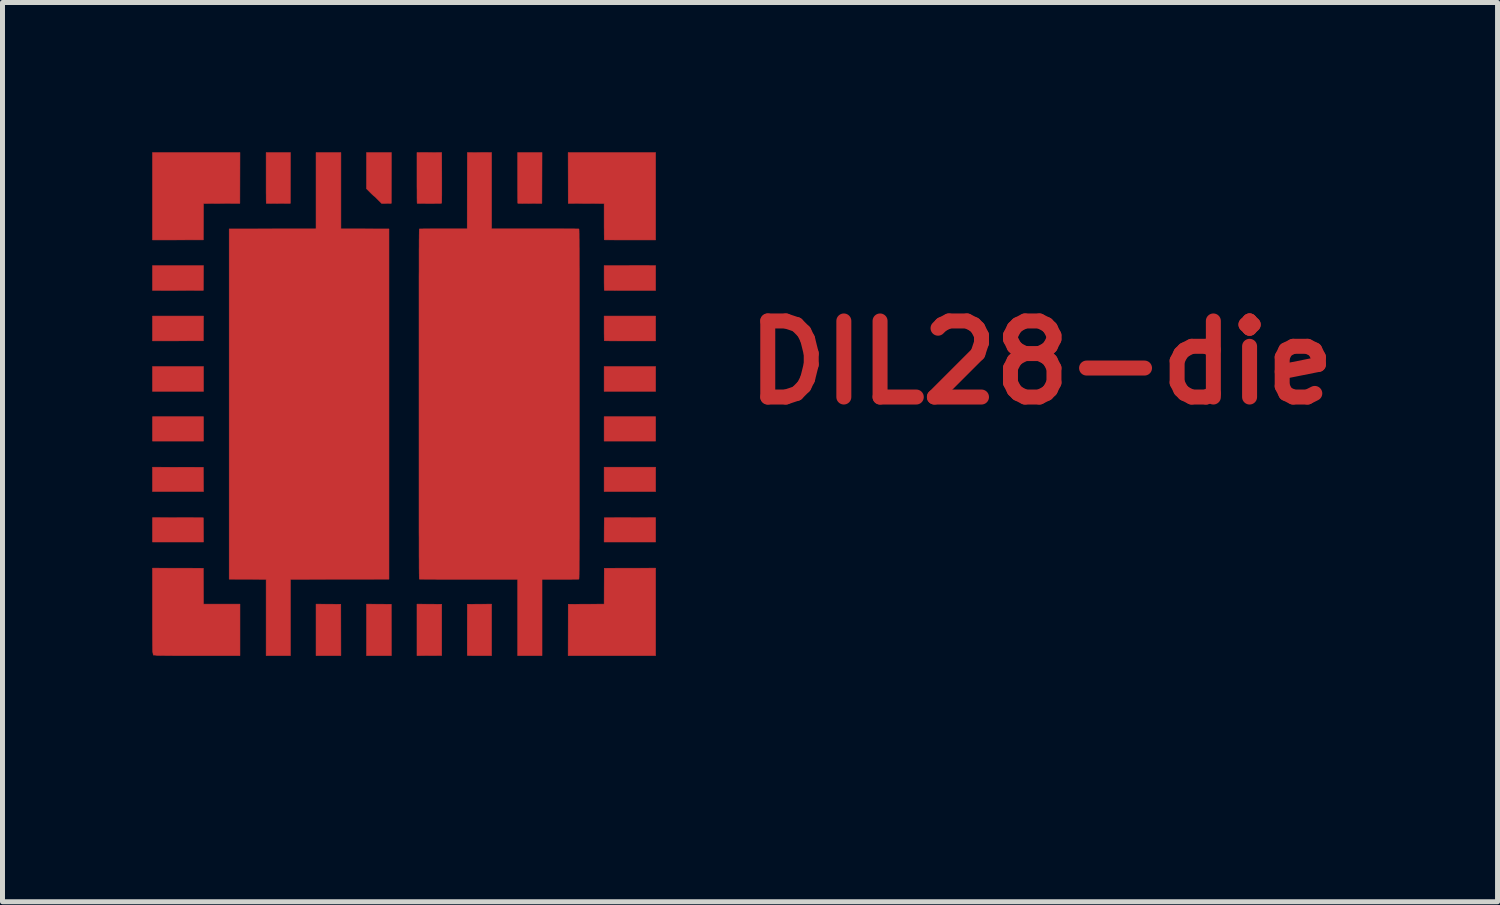
<source format=kicad_pcb>
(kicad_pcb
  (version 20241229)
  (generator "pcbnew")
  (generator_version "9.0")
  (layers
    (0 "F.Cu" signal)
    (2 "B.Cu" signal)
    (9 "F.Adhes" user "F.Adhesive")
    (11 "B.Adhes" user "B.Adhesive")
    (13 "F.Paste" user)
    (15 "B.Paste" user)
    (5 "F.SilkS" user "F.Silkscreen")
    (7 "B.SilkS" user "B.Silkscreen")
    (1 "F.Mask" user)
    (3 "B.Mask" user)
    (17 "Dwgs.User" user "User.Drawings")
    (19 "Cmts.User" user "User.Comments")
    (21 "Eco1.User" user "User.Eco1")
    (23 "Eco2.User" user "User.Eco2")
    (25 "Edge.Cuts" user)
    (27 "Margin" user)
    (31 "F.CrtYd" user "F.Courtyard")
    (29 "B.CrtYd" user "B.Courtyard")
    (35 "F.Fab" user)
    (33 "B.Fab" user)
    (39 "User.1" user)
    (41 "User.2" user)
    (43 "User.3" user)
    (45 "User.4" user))
  (footprint "DIL28-die"
    (layer "F.Cu")
    (at 21.999 11.764)
    (property "Reference" "DIL28-die" (at -4.19 -7.55 0) (layer "F.Cu") (effects (font (size 1.524 1.524) (thickness 0.3))))
    (attr through_hole)
    (fp_poly (pts (xy -20.976 -8.998) (xy -21.994 -8.996) (xy -21.994 -9.494) (xy -20.973 -9.494) (xy -20.976 -8.998)) (stroke (width 0.01) (type solid)) (fill yes) (layer "F.Cu"))
    (fp_poly (pts (xy -20.976 -7.987) (xy -21.994 -7.985) (xy -21.994 -8.483) (xy -20.973 -8.483) (xy -20.976 -7.987)) (stroke (width 0.01) (type solid)) (fill yes) (layer "F.Cu"))
    (fp_poly (pts (xy -20.973 -6.974) (xy -21.994 -6.974) (xy -21.994 -7.472) (xy -20.973 -7.472) (xy -20.973 -6.974)) (stroke (width 0.01) (type solid)) (fill yes) (layer "F.Cu"))
    (fp_poly (pts (xy -20.973 -5.978) (xy -21.994 -5.978) (xy -21.994 -6.466) (xy -20.973 -6.466) (xy -20.973 -5.978)) (stroke (width 0.01) (type solid)) (fill yes) (layer "F.Cu"))
    (fp_poly (pts (xy -11.916 -6.974) (xy -12.947 -6.974) (xy -12.947 -7.472) (xy -11.916 -7.472) (xy -11.916 -6.974)) (stroke (width 0.01) (type solid)) (fill yes) (layer "F.Cu"))
    (fp_poly (pts (xy -11.916 -5.978) (xy -12.947 -5.978) (xy -12.947 -6.466) (xy -11.916 -6.466) (xy -11.916 -5.978)) (stroke (width 0.01) (type solid)) (fill yes) (layer "F.Cu"))
    (fp_poly (pts (xy -11.916 -4.967) (xy -12.947 -4.967) (xy -12.947 -5.455) (xy -11.916 -5.455) (xy -11.916 -4.967)) (stroke (width 0.01) (type solid)) (fill yes) (layer "F.Cu"))
    (fp_poly (pts (xy -21.485 -5.454) (xy -20.976 -5.453) (xy -20.973 -4.967) (xy -21.994 -4.967) (xy -21.994 -5.455) (xy -21.485 -5.454)) (stroke (width 0.01) (type solid)) (fill yes) (layer "F.Cu"))
    (fp_poly (pts (xy -21.485 -4.443) (xy -20.976 -4.442) (xy -20.973 -3.956) (xy -21.994 -3.956) (xy -21.994 -4.444) (xy -21.485 -4.443)) (stroke (width 0.01) (type solid)) (fill yes) (layer "F.Cu"))
    (fp_poly (pts (xy -18.47 -2.711) (xy -18.222 -2.709) (xy -18.22 -1.681) (xy -18.718 -1.681) (xy -18.718 -2.712) (xy -18.47 -2.711)) (stroke (width 0.01) (type solid)) (fill yes) (layer "F.Cu"))
    (fp_poly (pts (xy -17.459 -2.711) (xy -17.211 -2.709) (xy -17.209 -1.681) (xy -17.707 -1.681) (xy -17.707 -2.712) (xy -17.459 -2.711)) (stroke (width 0.01) (type solid)) (fill yes) (layer "F.Cu"))
    (fp_poly (pts (xy -16.448 -2.711) (xy -16.201 -2.709) (xy -16.201 -1.683) (xy -16.696 -1.681) (xy -16.696 -2.712) (xy -16.448 -2.711)) (stroke (width 0.01) (type solid)) (fill yes) (layer "F.Cu"))
    (fp_poly (pts (xy -11.916 -3.956) (xy -12.947 -3.956) (xy -12.946 -4.199) (xy -12.944 -4.442) (xy -12.43 -4.443) (xy -11.916 -4.444) (xy -11.916 -3.956)) (stroke (width 0.01) (type solid)) (fill yes) (layer "F.Cu"))
    (fp_poly (pts (xy -20.244 -10.741) (xy -20.609 -10.74) (xy -20.973 -10.738) (xy -20.974 -10.374) (xy -20.976 -10.009) (xy -21.994 -10.007) (xy -21.994 -11.759) (xy -20.242 -11.759) (xy -20.244 -10.741)) (stroke (width 0.01) (type solid)) (fill yes) (layer "F.Cu"))
    (fp_poly (pts (xy -11.916 -1.681) (xy -13.668 -1.681) (xy -13.667 -2.195) (xy -13.666 -2.709) (xy -13.306 -2.711) (xy -12.947 -2.712) (xy -12.946 -3.071) (xy -12.944 -3.431) (xy -12.43 -3.432) (xy -11.916 -3.433) (xy -11.916 -1.681)) (stroke (width 0.01) (type solid)) (fill yes) (layer "F.Cu"))
    (fp_poly (pts (xy -18.22 -10.23) (xy -17.257 -10.228) (xy -17.257 -3.212) (xy -18.244 -3.211) (xy -19.231 -3.21) (xy -19.231 -1.681) (xy -19.718 -1.681) (xy -19.718 -3.21) (xy -20.458 -3.212) (xy -20.458 -10.228) (xy -18.718 -10.23) (xy -18.718 -11.759) (xy -18.22 -11.759) (xy -18.22 -10.23)) (stroke (width 0.01) (type solid)) (fill yes) (layer "F.Cu"))
    (fp_poly (pts (xy -17.211 -10.741) (xy -17.404 -10.739) (xy -17.476 -10.812) (xy -17.498 -10.834) (xy -17.518 -10.854) (xy -17.534 -10.87) (xy -17.546 -10.88) (xy -17.553 -10.885) (xy -17.553 -10.885) (xy -17.559 -10.889) (xy -17.57 -10.899) (xy -17.586 -10.913) (xy -17.606 -10.932) (xy -17.628 -10.954) (xy -17.633 -10.959) (xy -17.707 -11.033) (xy -17.707 -11.759) (xy -17.209 -11.759) (xy -17.211 -10.741)) (stroke (width 0.01) (type solid)) (fill yes) (layer "F.Cu"))
    (fp_poly (pts (xy -19.233 -10.741) (xy -19.472 -10.74) (xy -19.521 -10.739) (xy -19.566 -10.739) (xy -19.607 -10.739) (xy -19.643 -10.74) (xy -19.673 -10.74) (xy -19.695 -10.74) (xy -19.71 -10.741) (xy -19.715 -10.742) (xy -19.715 -10.747) (xy -19.716 -10.762) (xy -19.716 -10.786) (xy -19.717 -10.818) (xy -19.717 -10.857) (xy -19.717 -10.903) (xy -19.718 -10.955) (xy -19.718 -11.012) (xy -19.718 -11.074) (xy -19.718 -11.14) (xy -19.718 -11.209) (xy -19.718 -11.252) (xy -19.718 -11.759) (xy -19.231 -11.759) (xy -19.233 -10.741)) (stroke (width 0.01) (type solid)) (fill yes) (layer "F.Cu"))
    (fp_poly (pts (xy -14.194 -10.741) (xy -14.433 -10.74) (xy -14.481 -10.739) (xy -14.527 -10.739) (xy -14.568 -10.739) (xy -14.604 -10.74) (xy -14.633 -10.74) (xy -14.656 -10.74) (xy -14.67 -10.741) (xy -14.676 -10.742) (xy -14.676 -10.747) (xy -14.677 -10.762) (xy -14.677 -10.786) (xy -14.677 -10.818) (xy -14.678 -10.857) (xy -14.678 -10.903) (xy -14.678 -10.955) (xy -14.679 -11.012) (xy -14.679 -11.074) (xy -14.679 -11.14) (xy -14.679 -11.209) (xy -14.679 -11.252) (xy -14.679 -11.759) (xy -14.191 -11.759) (xy -14.194 -10.741)) (stroke (width 0.01) (type solid)) (fill yes) (layer "F.Cu"))
    (fp_poly (pts (xy -11.916 -8.996) (xy -12.428 -8.996) (xy -12.499 -8.996) (xy -12.567 -8.996) (xy -12.632 -8.996) (xy -12.693 -8.996) (xy -12.749 -8.997) (xy -12.799 -8.997) (xy -12.842 -8.997) (xy -12.879 -8.998) (xy -12.908 -8.998) (xy -12.929 -8.998) (xy -12.941 -8.999) (xy -12.943 -8.999) (xy -12.944 -9.005) (xy -12.945 -9.02) (xy -12.945 -9.043) (xy -12.946 -9.073) (xy -12.946 -9.109) (xy -12.947 -9.15) (xy -12.947 -9.196) (xy -12.947 -9.245) (xy -12.947 -9.494) (xy -11.916 -9.494) (xy -11.916 -8.996)) (stroke (width 0.01) (type solid)) (fill yes) (layer "F.Cu"))
    (fp_poly (pts (xy -11.916 -7.985) (xy -12.428 -7.985) (xy -12.499 -7.985) (xy -12.567 -7.985) (xy -12.632 -7.985) (xy -12.693 -7.985) (xy -12.749 -7.986) (xy -12.799 -7.986) (xy -12.842 -7.986) (xy -12.879 -7.987) (xy -12.908 -7.987) (xy -12.929 -7.988) (xy -12.941 -7.988) (xy -12.943 -7.988) (xy -12.944 -7.994) (xy -12.945 -8.009) (xy -12.945 -8.032) (xy -12.946 -8.062) (xy -12.946 -8.098) (xy -12.947 -8.139) (xy -12.947 -8.185) (xy -12.947 -8.234) (xy -12.947 -8.483) (xy -11.916 -8.483) (xy -11.916 -7.985)) (stroke (width 0.01) (type solid)) (fill yes) (layer "F.Cu"))
    (fp_poly (pts (xy -15.202 -1.681) (xy -15.444 -1.681) (xy -15.502 -1.681) (xy -15.551 -1.681) (xy -15.591 -1.681) (xy -15.623 -1.682) (xy -15.648 -1.682) (xy -15.666 -1.683) (xy -15.678 -1.684) (xy -15.685 -1.686) (xy -15.688 -1.687) (xy -15.688 -1.693) (xy -15.688 -1.708) (xy -15.689 -1.732) (xy -15.689 -1.765) (xy -15.689 -1.804) (xy -15.689 -1.85) (xy -15.689 -1.903) (xy -15.689 -1.96) (xy -15.689 -2.023) (xy -15.689 -2.089) (xy -15.689 -2.158) (xy -15.689 -2.201) (xy -15.687 -2.709) (xy -15.445 -2.711) (xy -15.202 -2.712) (xy -15.202 -1.681)) (stroke (width 0.01) (type solid)) (fill yes) (layer "F.Cu"))
    (fp_poly (pts (xy -11.916 -10.007) (xy -12.428 -10.007) (xy -12.499 -10.007) (xy -12.567 -10.007) (xy -12.632 -10.007) (xy -12.693 -10.007) (xy -12.749 -10.008) (xy -12.799 -10.008) (xy -12.842 -10.008) (xy -12.879 -10.009) (xy -12.908 -10.009) (xy -12.929 -10.009) (xy -12.941 -10.01) (xy -12.943 -10.01) (xy -12.944 -10.016) (xy -12.945 -10.031) (xy -12.945 -10.054) (xy -12.945 -10.085) (xy -12.946 -10.123) (xy -12.946 -10.167) (xy -12.946 -10.216) (xy -12.947 -10.27) (xy -12.947 -10.328) (xy -12.947 -10.376) (xy -12.947 -10.738) (xy -13.666 -10.741) (xy -13.667 -11.25) (xy -13.668 -11.759) (xy -11.916 -11.759) (xy -11.916 -10.007)) (stroke (width 0.01) (type solid)) (fill yes) (layer "F.Cu"))
    (fp_poly (pts (xy -21.485 -3.432) (xy -20.976 -3.431) (xy -20.973 -2.712) (xy -20.242 -2.712) (xy -20.242 -1.681) (xy -21.071 -1.681) (xy -21.186 -1.681) (xy -21.293 -1.681) (xy -21.392 -1.681) (xy -21.483 -1.681) (xy -21.566 -1.681) (xy -21.641 -1.682) (xy -21.706 -1.682) (xy -21.763 -1.683) (xy -21.811 -1.683) (xy -21.849 -1.684) (xy -21.878 -1.684) (xy -21.898 -1.685) (xy -21.907 -1.685) (xy -21.908 -1.686) (xy -21.917 -1.688) (xy -21.932 -1.69) (xy -21.947 -1.691) (xy -21.978 -1.691) (xy -21.981 -1.71) (xy -21.984 -1.727) (xy -21.988 -1.747) (xy -21.989 -1.752) (xy -21.989 -1.76) (xy -21.99 -1.779) (xy -21.991 -1.808) (xy -21.991 -1.846) (xy -21.992 -1.895) (xy -21.992 -1.954) (xy -21.993 -2.023) (xy -21.993 -2.102) (xy -21.994 -2.191) (xy -21.994 -2.29) (xy -21.994 -2.4) (xy -21.994 -2.519) (xy -21.994 -2.604) (xy -21.994 -3.433) (xy -21.485 -3.432)) (stroke (width 0.01) (type solid)) (fill yes) (layer "F.Cu"))
    (fp_poly (pts (xy -16.448 -11.758) (xy -16.201 -11.757) (xy -16.199 -11.254) (xy -16.199 -11.165) (xy -16.199 -11.085) (xy -16.199 -11.015) (xy -16.199 -10.954) (xy -16.199 -10.901) (xy -16.2 -10.857) (xy -16.2 -10.821) (xy -16.201 -10.792) (xy -16.201 -10.77) (xy -16.202 -10.756) (xy -16.203 -10.747) (xy -16.204 -10.745) (xy -16.207 -10.744) (xy -16.213 -10.742) (xy -16.224 -10.741) (xy -16.24 -10.74) (xy -16.261 -10.739) (xy -16.29 -10.739) (xy -16.326 -10.739) (xy -16.37 -10.738) (xy -16.423 -10.738) (xy -16.449 -10.738) (xy -16.498 -10.738) (xy -16.543 -10.739) (xy -16.584 -10.739) (xy -16.62 -10.739) (xy -16.65 -10.74) (xy -16.673 -10.74) (xy -16.687 -10.741) (xy -16.692 -10.742) (xy -16.693 -10.747) (xy -16.693 -10.762) (xy -16.694 -10.786) (xy -16.694 -10.818) (xy -16.695 -10.857) (xy -16.695 -10.903) (xy -16.695 -10.955) (xy -16.695 -11.012) (xy -16.696 -11.074) (xy -16.696 -11.14) (xy -16.696 -11.209) (xy -16.696 -11.252) (xy -16.696 -11.759) (xy -16.448 -11.758)) (stroke (width 0.01) (type solid)) (fill yes) (layer "F.Cu"))
    (fp_poly (pts (xy -15.202 -10.23) (xy -14.332 -10.23) (xy -14.238 -10.23) (xy -14.147 -10.23) (xy -14.06 -10.23) (xy -13.976 -10.23) (xy -13.897 -10.23) (xy -13.822 -10.23) (xy -13.753 -10.23) (xy -13.689 -10.229) (xy -13.632 -10.229) (xy -13.582 -10.229) (xy -13.539 -10.229) (xy -13.505 -10.228) (xy -13.478 -10.228) (xy -13.461 -10.228) (xy -13.453 -10.227) (xy -13.453 -10.227) (xy -13.452 -10.226) (xy -13.452 -10.224) (xy -13.451 -10.221) (xy -13.451 -10.215) (xy -13.45 -10.208) (xy -13.45 -10.198) (xy -13.449 -10.186) (xy -13.449 -10.172) (xy -13.449 -10.154) (xy -13.448 -10.134) (xy -13.448 -10.11) (xy -13.448 -10.082) (xy -13.448 -10.051) (xy -13.447 -10.016) (xy -13.447 -9.977) (xy -13.447 -9.933) (xy -13.447 -9.885) (xy -13.446 -9.832) (xy -13.446 -9.774) (xy -13.446 -9.71) (xy -13.446 -9.641) (xy -13.446 -9.567) (xy -13.446 -9.486) (xy -13.445 -9.399) (xy -13.445 -9.306) (xy -13.445 -9.207) (xy -13.445 -9.1) (xy -13.445 -8.987) (xy -13.445 -8.866) (xy -13.445 -8.738) (xy -13.445 -8.602) (xy -13.445 -8.458) (xy -13.445 -8.306) (xy -13.445 -8.145) (xy -13.445 -7.976) (xy -13.445 -7.799) (xy -13.445 -7.612) (xy -13.445 -7.416) (xy -13.445 -7.21) (xy -13.445 -6.995) (xy -13.445 -6.77) (xy -13.445 -6.72) (xy -13.445 -6.493) (xy -13.445 -6.276) (xy -13.445 -6.068) (xy -13.445 -5.87) (xy -13.445 -5.681) (xy -13.445 -5.502) (xy -13.445 -5.331) (xy -13.445 -5.169) (xy -13.445 -5.015) (xy -13.445 -4.869) (xy -13.445 -4.731) (xy -13.445 -4.602) (xy -13.445 -4.479) (xy -13.445 -4.364) (xy -13.445 -4.256) (xy -13.445 -4.155) (xy -13.445 -4.06) (xy -13.446 -3.972) (xy -13.446 -3.89) (xy -13.446 -3.814) (xy -13.446 -3.744) (xy -13.446 -3.68) (xy -13.446 -3.62) (xy -13.447 -3.566) (xy -13.447 -3.517) (xy -13.447 -3.472) (xy -13.447 -3.432) (xy -13.447 -3.396) (xy -13.448 -3.364) (xy -13.448 -3.336) (xy -13.448 -3.311) (xy -13.449 -3.29) (xy -13.449 -3.272) (xy -13.449 -3.257) (xy -13.45 -3.244) (xy -13.45 -3.234) (xy -13.451 -3.226) (xy -13.451 -3.22) (xy -13.452 -3.216) (xy -13.452 -3.214) (xy -13.453 -3.213) (xy -13.453 -3.213) (xy -13.459 -3.212) (xy -13.475 -3.212) (xy -13.499 -3.211) (xy -13.531 -3.211) (xy -13.569 -3.211) (xy -13.614 -3.21) (xy -13.664 -3.21) (xy -13.718 -3.21) (xy -13.776 -3.21) (xy -13.826 -3.21) (xy -14.191 -3.21) (xy -14.191 -1.681) (xy -14.679 -1.681) (xy -14.679 -3.21) (xy -15.659 -3.21) (xy -15.758 -3.21) (xy -15.855 -3.21) (xy -15.948 -3.21) (xy -16.038 -3.21) (xy -16.123 -3.21) (xy -16.204 -3.21) (xy -16.279 -3.21) (xy -16.349 -3.211) (xy -16.413 -3.211) (xy -16.471 -3.211) (xy -16.521 -3.211) (xy -16.563 -3.212) (xy -16.598 -3.212) (xy -16.623 -3.212) (xy -16.64 -3.212) (xy -16.647 -3.213) (xy -16.647 -3.213) (xy -16.648 -3.214) (xy -16.648 -3.216) (xy -16.649 -3.219) (xy -16.649 -3.225) (xy -16.65 -3.232) (xy -16.65 -3.242) (xy -16.65 -3.254) (xy -16.651 -3.268) (xy -16.651 -3.286) (xy -16.651 -3.306) (xy -16.652 -3.33) (xy -16.652 -3.358) (xy -16.652 -3.389) (xy -16.653 -3.424) (xy -16.653 -3.463) (xy -16.653 -3.507) (xy -16.653 -3.555) (xy -16.653 -3.608) (xy -16.654 -3.666) (xy -16.654 -3.73) (xy -16.654 -3.799) (xy -16.654 -3.873) (xy -16.654 -3.954) (xy -16.654 -4.041) (xy -16.655 -4.134) (xy -16.655 -4.233) (xy -16.655 -4.34) (xy -16.655 -4.453) (xy -16.655 -4.574) (xy -16.655 -4.702) (xy -16.655 -4.838) (xy -16.655 -4.982) (xy -16.655 -5.134) (xy -16.655 -5.295) (xy -16.655 -5.464) (xy -16.655 -5.641) (xy -16.655 -5.828) (xy -16.655 -6.024) (xy -16.655 -6.23) (xy -16.655 -6.445) (xy -16.655 -6.67) (xy -16.655 -6.72) (xy -16.655 -6.947) (xy -16.655 -7.164) (xy -16.655 -7.372) (xy -16.655 -7.57) (xy -16.655 -7.759) (xy -16.655 -7.938) (xy -16.655 -8.109) (xy -16.655 -8.271) (xy -16.655 -8.425) (xy -16.655 -8.571) (xy -16.655 -8.709) (xy -16.655 -8.838) (xy -16.655 -8.961) (xy -16.655 -9.076) (xy -16.655 -9.184) (xy -16.655 -9.285) (xy -16.654 -9.38) (xy -16.654 -9.468) (xy -16.654 -9.55) (xy -16.654 -9.626) (xy -16.654 -9.696) (xy -16.654 -9.76) (xy -16.654 -9.82) (xy -16.653 -9.874) (xy -16.653 -9.923) (xy -16.653 -9.968) (xy -16.653 -10.008) (xy -16.652 -10.044) (xy -16.652 -10.076) (xy -16.652 -10.104) (xy -16.651 -10.129) (xy -16.651 -10.15) (xy -16.651 -10.168) (xy -16.65 -10.183) (xy -16.65 -10.196) (xy -16.65 -10.206) (xy -16.649 -10.214) (xy -16.649 -10.22) (xy -16.648 -10.224) (xy -16.648 -10.226) (xy -16.647 -10.227) (xy -16.647 -10.227) (xy -16.641 -10.228) (xy -16.625 -10.228) (xy -16.601 -10.228) (xy -16.569 -10.229) (xy -16.529 -10.229) (xy -16.483 -10.229) (xy -16.431 -10.23) (xy -16.374 -10.23) (xy -16.312 -10.23) (xy -16.247 -10.23) (xy -16.179 -10.23) (xy -16.165 -10.23) (xy -15.69 -10.23) (xy -15.689 -10.994) (xy -15.687 -11.757) (xy -15.445 -11.758) (xy -15.202 -11.759) (xy -15.202 -10.23)) (stroke (width 0.01) (type solid)) (fill yes) (layer "F.Cu"))
    (pad "1" smd rect (at -17.45 -11.54) (size 0.4 0.4) (layers "F.Cu" "F.Mask" "F.Paste"))
    (pad "2" smd rect (at -18.48 -11.53) (size 0.4 0.4) (layers "F.Cu" "F.Mask" "F.Paste"))
    (pad "3" smd rect (at -19.47 -11.52) (size 0.4 0.4) (layers "F.Cu" "F.Mask" "F.Paste"))
    (pad "4" smd rect (at -21.4 -11.41) (size 0.4 0.4) (layers "F.Cu" "F.Mask" "F.Paste"))
    (pad "5" smd rect (at -21.6 -9.25) (size 0.4 0.4) (layers "F.Cu" "F.Mask" "F.Paste"))
    (pad "6" smd rect (at -21.57 -8.25) (size 0.4 0.4) (layers "F.Cu" "F.Mask" "F.Paste"))
    (pad "7" smd rect (at -21.54 -7.24) (size 0.4 0.4) (layers "F.Cu" "F.Mask" "F.Paste"))
    (pad "8" smd rect (at -21.6 -6.22) (size 0.4 0.4) (layers "F.Cu" "F.Mask" "F.Paste"))
    (pad "9" smd rect (at -21.52 -5.19) (size 0.4 0.4) (layers "F.Cu" "F.Mask" "F.Paste"))
    (pad "10" smd rect (at -21.58 -4.17) (size 0.4 0.4) (layers "F.Cu" "F.Mask" "F.Paste"))
    (pad "11" smd rect (at -21.34 -2.04) (size 0.4 0.4) (layers "F.Cu" "F.Mask" "F.Paste"))
    (pad "12" smd rect (at -19.46 -1.99) (size 0.4 0.4) (layers "F.Cu" "F.Mask" "F.Paste"))
    (pad "13" smd rect (at -18.46 -1.96) (size 0.4 0.4) (layers "F.Cu" "F.Mask" "F.Paste"))
    (pad "14" smd rect (at -17.46 -1.97) (size 0.4 0.4) (layers "F.Cu" "F.Mask" "F.Paste"))
    (pad "15" smd rect (at -16.45 -1.96) (size 0.4 0.4) (layers "F.Cu" "F.Mask" "F.Paste"))
    (pad "16" smd rect (at -15.44 -1.98) (size 0.4 0.4) (layers "F.Cu" "F.Mask" "F.Paste"))
    (pad "17" smd rect (at -14.43 -2.01) (size 0.4 0.4) (layers "F.Cu" "F.Mask" "F.Paste"))
    (pad "18" smd rect (at -12.22 -2.03) (size 0.4 0.4) (layers "F.Cu" "F.Mask" "F.Paste"))
    (pad "19" smd rect (at -12.33 -4.22) (size 0.4 0.4) (layers "F.Cu" "F.Mask" "F.Paste"))
    (pad "20" smd rect (at -12.25 -5.22) (size 0.4 0.4) (layers "F.Cu" "F.Mask" "F.Paste"))
    (pad "21" smd rect (at -12.25 -6.23) (size 0.4 0.4) (layers "F.Cu" "F.Mask" "F.Paste"))
    (pad "22" smd rect (at -12.25 -7.25) (size 0.4 0.4) (layers "F.Cu" "F.Mask" "F.Paste"))
    (pad "23" smd rect (at -12.25 -8.25) (size 0.4 0.4) (layers "F.Cu" "F.Mask" "F.Paste"))
    (pad "24" smd rect (at -12.24 -9.29) (size 0.4 0.4) (layers "F.Cu" "F.Mask" "F.Paste"))
    (pad "25" smd rect (at -12.31 -11.52) (size 0.4 0.4) (layers "F.Cu" "F.Mask" "F.Paste"))
    (pad "26" smd rect (at -14.43 -11.5) (size 0.4 0.4) (layers "F.Cu" "F.Mask" "F.Paste"))
    (pad "27" smd rect (at -15.46 -11.51) (size 0.4 0.4) (layers "F.Cu" "F.Mask" "F.Paste"))
    (pad "28" smd rect (at -16.45 -11.5) (size 0.4 0.4) (layers "F.Cu" "F.Mask" "F.Paste")))
  (gr_rect
    (start -3 -3)
    (end 26.949 15.014)
    (stroke (width 0.1) (type default))
    (fill no)
    (layer "Edge.Cuts")))
</source>
